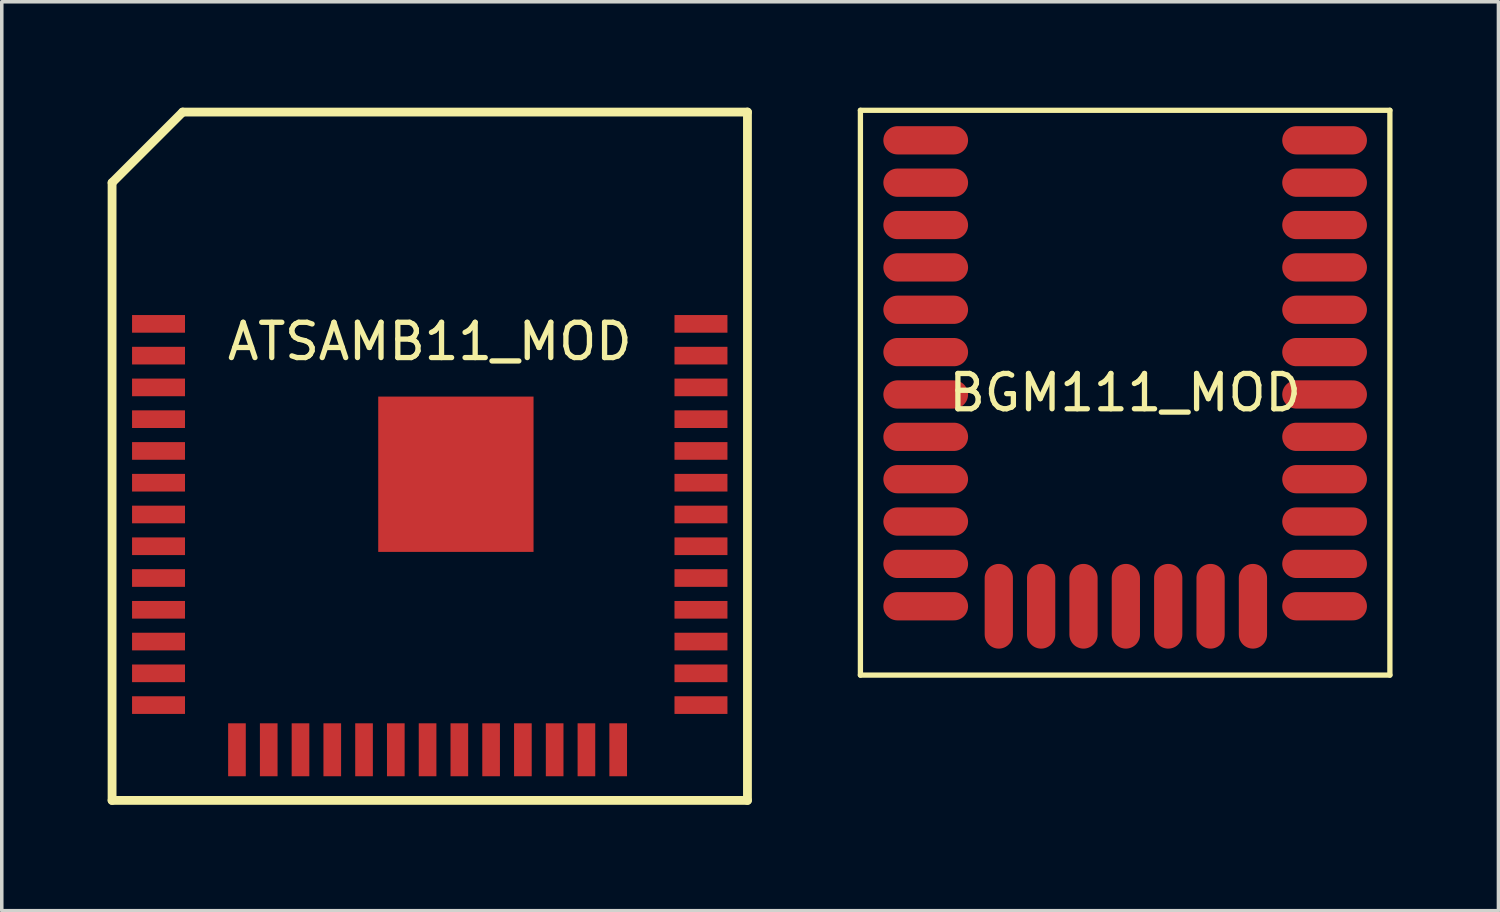
<source format=kicad_pcb>
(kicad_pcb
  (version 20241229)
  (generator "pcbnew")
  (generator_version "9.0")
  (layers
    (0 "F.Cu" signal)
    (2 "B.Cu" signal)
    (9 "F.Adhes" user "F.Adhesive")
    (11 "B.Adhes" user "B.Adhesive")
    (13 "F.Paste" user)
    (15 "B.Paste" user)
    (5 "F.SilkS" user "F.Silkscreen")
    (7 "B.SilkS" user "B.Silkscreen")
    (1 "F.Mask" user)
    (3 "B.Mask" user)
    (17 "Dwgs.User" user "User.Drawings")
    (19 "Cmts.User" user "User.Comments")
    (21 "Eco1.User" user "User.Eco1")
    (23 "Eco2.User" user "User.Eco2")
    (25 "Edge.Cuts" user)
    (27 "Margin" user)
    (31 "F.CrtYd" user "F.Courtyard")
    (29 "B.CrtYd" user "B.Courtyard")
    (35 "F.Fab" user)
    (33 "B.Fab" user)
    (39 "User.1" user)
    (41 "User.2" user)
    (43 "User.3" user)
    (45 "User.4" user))
  (footprint "ATSAMB11_MOD"
    (layer "F.Cu")
    (at 9.125 6.125)
    (property "Reference" "ATSAMB11_MOD" (at 0 0.5 0) (layer "F.SilkS") (effects (font (size 1 1) (thickness 0.15))))
    (attr through_hole)
    (fp_line (start -9 -4) (end -9 13.5) (stroke (width 0.25) (type solid)) (layer "F.SilkS"))
    (fp_line (start -9 13.5) (end 9 13.5) (stroke (width 0.25) (type solid)) (layer "F.SilkS"))
    (fp_line (start -7 -6) (end -9 -4) (stroke (width 0.25) (type solid)) (layer "F.SilkS"))
    (fp_line (start 9 -6) (end -7 -6) (stroke (width 0.25) (type solid)) (layer "F.SilkS"))
    (fp_line (start 9 13.5) (end 9 -6) (stroke (width 0.25) (type solid)) (layer "F.SilkS"))
    (pad "1" smd rect (at -7.684 0) (size 1.5 0.5) (layers "F.Cu" "F.Mask" "F.Paste"))
    (pad "2" smd rect (at -7.684 0.9) (size 1.5 0.5) (layers "F.Cu" "F.Mask" "F.Paste"))
    (pad "3" smd rect (at -7.684 1.8) (size 1.5 0.5) (layers "F.Cu" "F.Mask" "F.Paste"))
    (pad "4" smd rect (at -7.684 2.7) (size 1.5 0.5) (layers "F.Cu" "F.Mask" "F.Paste"))
    (pad "5" smd rect (at -7.684 3.6) (size 1.5 0.5) (layers "F.Cu" "F.Mask" "F.Paste"))
    (pad "6" smd rect (at -7.684 4.5) (size 1.5 0.5) (layers "F.Cu" "F.Mask" "F.Paste"))
    (pad "7" smd rect (at -7.684 5.4) (size 1.5 0.5) (layers "F.Cu" "F.Mask" "F.Paste"))
    (pad "8" smd rect (at -7.684 6.3) (size 1.5 0.5) (layers "F.Cu" "F.Mask" "F.Paste"))
    (pad "9" smd rect (at -7.684 7.2) (size 1.5 0.5) (layers "F.Cu" "F.Mask" "F.Paste"))
    (pad "10" smd rect (at -7.684 8.1) (size 1.5 0.5) (layers "F.Cu" "F.Mask" "F.Paste"))
    (pad "11" smd rect (at -7.684 9) (size 1.5 0.5) (layers "F.Cu" "F.Mask" "F.Paste"))
    (pad "12" smd rect (at -7.684 9.9) (size 1.5 0.5) (layers "F.Cu" "F.Mask" "F.Paste"))
    (pad "13" smd rect (at -7.684 10.8) (size 1.5 0.5) (layers "F.Cu" "F.Mask" "F.Paste"))
    (pad "14" smd rect (at -5.462 12.066) (size 0.5 1.5) (layers "F.Cu" "F.Mask" "F.Paste"))
    (pad "15" smd rect (at -4.562 12.066) (size 0.5 1.5) (layers "F.Cu" "F.Mask" "F.Paste"))
    (pad "16" smd rect (at -3.662 12.066) (size 0.5 1.5) (layers "F.Cu" "F.Mask" "F.Paste"))
    (pad "17" smd rect (at -2.762 12.066) (size 0.5 1.5) (layers "F.Cu" "F.Mask" "F.Paste"))
    (pad "18" smd rect (at -1.862 12.066) (size 0.5 1.5) (layers "F.Cu" "F.Mask" "F.Paste"))
    (pad "19" smd rect (at -0.962 12.066) (size 0.5 1.5) (layers "F.Cu" "F.Mask" "F.Paste"))
    (pad "20" smd rect (at -0.062 12.066) (size 0.5 1.5) (layers "F.Cu" "F.Mask" "F.Paste"))
    (pad "21" smd rect (at 0.838 12.066) (size 0.5 1.5) (layers "F.Cu" "F.Mask" "F.Paste"))
    (pad "22" smd rect (at 1.738 12.066) (size 0.5 1.5) (layers "F.Cu" "F.Mask" "F.Paste"))
    (pad "23" smd rect (at 2.638 12.066) (size 0.5 1.5) (layers "F.Cu" "F.Mask" "F.Paste"))
    (pad "24" smd rect (at 3.538 12.066) (size 0.5 1.5) (layers "F.Cu" "F.Mask" "F.Paste"))
    (pad "25" smd rect (at 4.438 12.066) (size 0.5 1.5) (layers "F.Cu" "F.Mask" "F.Paste"))
    (pad "26" smd rect (at 5.338 12.066) (size 0.5 1.5) (layers "F.Cu" "F.Mask" "F.Paste"))
    (pad "27" smd rect (at 7.683 10.8) (size 1.5 0.5) (layers "F.Cu" "F.Mask" "F.Paste"))
    (pad "28" smd rect (at 7.683 9.9) (size 1.5 0.5) (layers "F.Cu" "F.Mask" "F.Paste"))
    (pad "29" smd rect (at 7.683 9) (size 1.5 0.5) (layers "F.Cu" "F.Mask" "F.Paste"))
    (pad "30" smd rect (at 7.683 8.1) (size 1.5 0.5) (layers "F.Cu" "F.Mask" "F.Paste"))
    (pad "31" smd rect (at 7.683 7.2) (size 1.5 0.5) (layers "F.Cu" "F.Mask" "F.Paste"))
    (pad "32" smd rect (at 7.683 6.3) (size 1.5 0.5) (layers "F.Cu" "F.Mask" "F.Paste"))
    (pad "33" smd rect (at 7.683 5.4) (size 1.5 0.5) (layers "F.Cu" "F.Mask" "F.Paste"))
    (pad "34" smd rect (at 7.683 4.5) (size 1.5 0.5) (layers "F.Cu" "F.Mask" "F.Paste"))
    (pad "35" smd rect (at 7.683 3.6) (size 1.5 0.5) (layers "F.Cu" "F.Mask" "F.Paste"))
    (pad "36" smd rect (at 7.683 2.7) (size 1.5 0.5) (layers "F.Cu" "F.Mask" "F.Paste"))
    (pad "37" smd rect (at 7.683 1.8) (size 1.5 0.5) (layers "F.Cu" "F.Mask" "F.Paste"))
    (pad "38" smd rect (at 7.683 0.9) (size 1.5 0.5) (layers "F.Cu" "F.Mask" "F.Paste"))
    (pad "39" smd rect (at 7.683 0) (size 1.5 0.5) (layers "F.Cu" "F.Mask" "F.Paste"))
    (pad "40" smd rect (at 0.74 4.26) (size 4.4 4.4) (layers "F.Cu" "F.Mask" "F.Paste")))
  (footprint "BGM111_MOD"
    (layer "F.Cu")
    (at 28.825 7.575)
    (property "Reference" "BGM111_MOD" (at 0 0.5 0) (layer "F.SilkS") (effects (font (size 1 1) (thickness 0.15))))
    (attr through_hole)
    (fp_line (start -7.5 -7.5) (end -7.5 8.5) (stroke (width 0.15) (type solid)) (layer "F.SilkS"))
    (fp_line (start -7.5 8.5) (end 7.5 8.5) (stroke (width 0.15) (type solid)) (layer "F.SilkS"))
    (fp_line (start 7.5 -7.5) (end -7.5 -7.5) (stroke (width 0.15) (type solid)) (layer "F.SilkS"))
    (fp_line (start 7.5 8.5) (end 7.5 -7.5) (stroke (width 0.15) (type solid)) (layer "F.SilkS"))
    (pad "1" smd oval (at -5.65 -6.65) (size 2.4 0.8) (layers "F.Cu" "F.Mask" "F.Paste"))
    (pad "2" smd oval (at -5.65 -5.45) (size 2.4 0.8) (layers "F.Cu" "F.Mask" "F.Paste"))
    (pad "3" smd oval (at -5.65 -4.25) (size 2.4 0.8) (layers "F.Cu" "F.Mask" "F.Paste"))
    (pad "4" smd oval (at -5.65 -3.05) (size 2.4 0.8) (layers "F.Cu" "F.Mask" "F.Paste"))
    (pad "5" smd oval (at -5.65 -1.85) (size 2.4 0.8) (layers "F.Cu" "F.Mask" "F.Paste"))
    (pad "6" smd oval (at -5.65 -0.65) (size 2.4 0.8) (layers "F.Cu" "F.Mask" "F.Paste"))
    (pad "7" smd oval (at -5.65 0.55) (size 2.4 0.8) (layers "F.Cu" "F.Mask" "F.Paste"))
    (pad "8" smd oval (at -5.65 1.75) (size 2.4 0.8) (layers "F.Cu" "F.Mask" "F.Paste"))
    (pad "9" smd oval (at -5.65 2.95) (size 2.4 0.8) (layers "F.Cu" "F.Mask" "F.Paste"))
    (pad "10" smd oval (at -5.65 4.15) (size 2.4 0.8) (layers "F.Cu" "F.Mask" "F.Paste"))
    (pad "11" smd oval (at -5.65 5.35) (size 2.4 0.8) (layers "F.Cu" "F.Mask" "F.Paste"))
    (pad "12" smd oval (at -5.65 6.55) (size 2.4 0.8) (layers "F.Cu" "F.Mask" "F.Paste"))
    (pad "13" smd oval (at -3.58 6.55) (size 0.8 2.4) (layers "F.Cu" "F.Mask" "F.Paste"))
    (pad "14" smd oval (at -2.38 6.55) (size 0.8 2.4) (layers "F.Cu" "F.Mask" "F.Paste"))
    (pad "15" smd oval (at -1.18 6.55) (size 0.8 2.4) (layers "F.Cu" "F.Mask" "F.Paste"))
    (pad "16" smd oval (at 0.02 6.55) (size 0.8 2.4) (layers "F.Cu" "F.Mask" "F.Paste"))
    (pad "17" smd oval (at 1.22 6.55) (size 0.8 2.4) (layers "F.Cu" "F.Mask" "F.Paste"))
    (pad "18" smd oval (at 2.42 6.55) (size 0.8 2.4) (layers "F.Cu" "F.Mask" "F.Paste"))
    (pad "19" smd oval (at 3.62 6.55) (size 0.8 2.4) (layers "F.Cu" "F.Mask" "F.Paste"))
    (pad "20" smd oval (at 5.65 6.55) (size 2.4 0.8) (layers "F.Cu" "F.Mask" "F.Paste"))
    (pad "21" smd oval (at 5.65 5.35) (size 2.4 0.8) (layers "F.Cu" "F.Mask" "F.Paste"))
    (pad "22" smd oval (at 5.65 4.15) (size 2.4 0.8) (layers "F.Cu" "F.Mask" "F.Paste"))
    (pad "23" smd oval (at 5.65 2.95) (size 2.4 0.8) (layers "F.Cu" "F.Mask" "F.Paste"))
    (pad "24" smd oval (at 5.65 1.75) (size 2.4 0.8) (layers "F.Cu" "F.Mask" "F.Paste"))
    (pad "25" smd oval (at 5.65 0.55) (size 2.4 0.8) (layers "F.Cu" "F.Mask" "F.Paste"))
    (pad "26" smd oval (at 5.65 -0.65) (size 2.4 0.8) (layers "F.Cu" "F.Mask" "F.Paste"))
    (pad "27" smd oval (at 5.65 -1.85) (size 2.4 0.8) (layers "F.Cu" "F.Mask" "F.Paste"))
    (pad "28" smd oval (at 5.65 -3.05) (size 2.4 0.8) (layers "F.Cu" "F.Mask" "F.Paste"))
    (pad "29" smd oval (at 5.65 -4.25) (size 2.4 0.8) (layers "F.Cu" "F.Mask" "F.Paste"))
    (pad "30" smd oval (at 5.65 -5.45) (size 2.4 0.8) (layers "F.Cu" "F.Mask" "F.Paste"))
    (pad "31" smd oval (at 5.65 -6.65) (size 2.4 0.8) (layers "F.Cu" "F.Mask" "F.Paste")))
  (gr_rect
    (start -3 -3)
    (end 39.4 22.75)
    (stroke (width 0.1) (type default))
    (fill no)
    (layer "Edge.Cuts")))
</source>
